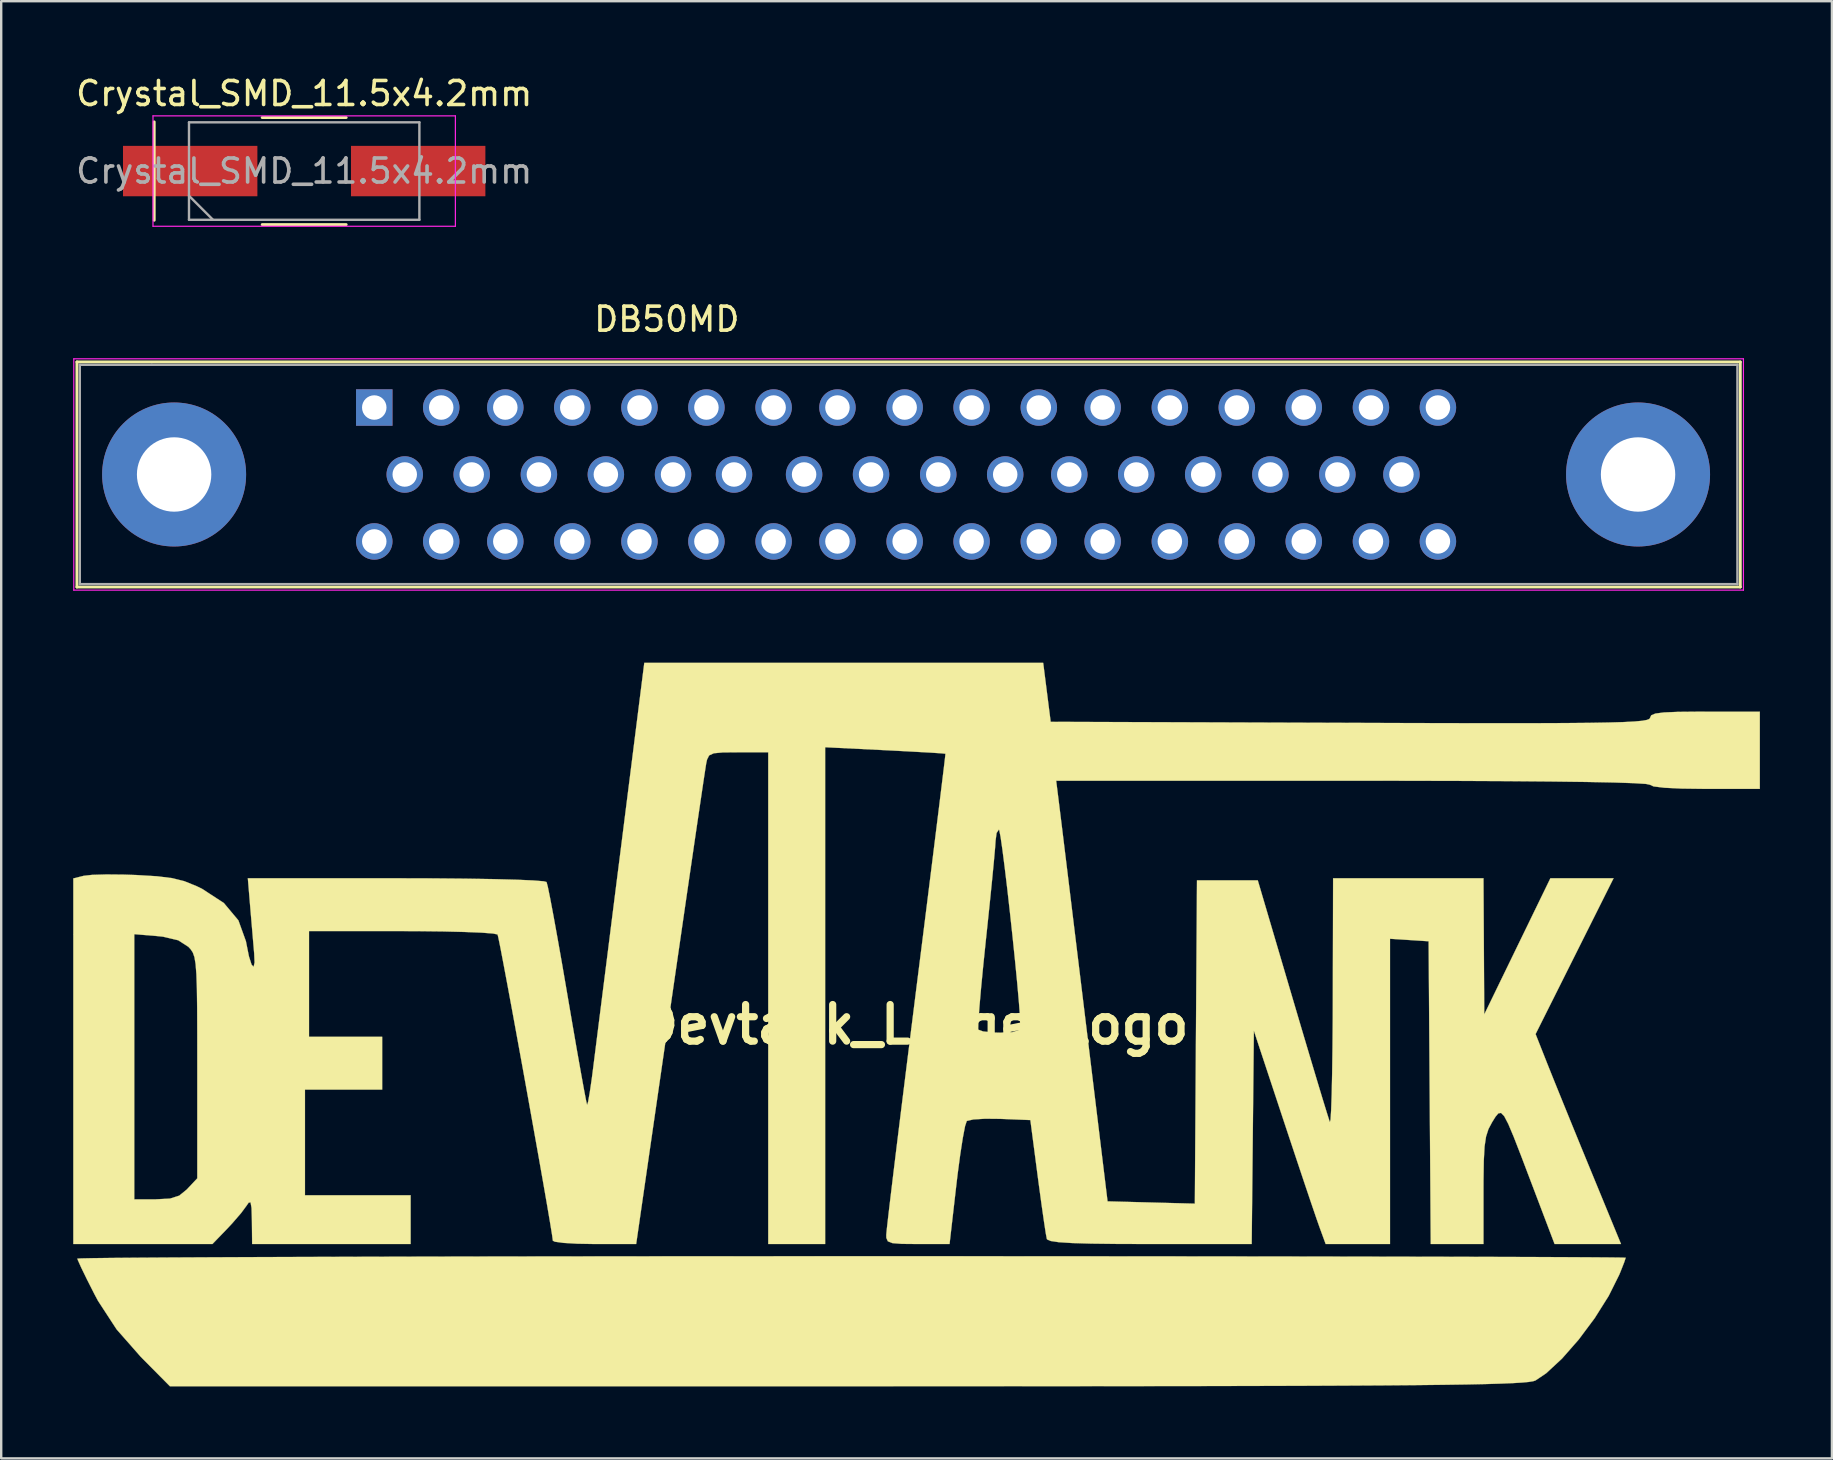
<source format=kicad_pcb>
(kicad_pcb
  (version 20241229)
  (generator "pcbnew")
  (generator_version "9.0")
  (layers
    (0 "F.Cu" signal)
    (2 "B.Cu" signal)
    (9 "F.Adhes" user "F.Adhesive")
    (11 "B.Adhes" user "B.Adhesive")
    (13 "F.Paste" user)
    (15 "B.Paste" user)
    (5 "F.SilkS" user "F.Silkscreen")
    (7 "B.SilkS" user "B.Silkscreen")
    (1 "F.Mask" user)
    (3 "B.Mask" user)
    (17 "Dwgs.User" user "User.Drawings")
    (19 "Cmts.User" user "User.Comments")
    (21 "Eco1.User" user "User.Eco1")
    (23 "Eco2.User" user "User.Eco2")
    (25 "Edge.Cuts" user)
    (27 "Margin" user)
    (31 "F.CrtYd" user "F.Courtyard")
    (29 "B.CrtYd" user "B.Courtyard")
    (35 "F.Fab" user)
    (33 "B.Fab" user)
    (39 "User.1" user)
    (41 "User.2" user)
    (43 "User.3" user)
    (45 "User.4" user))
  (footprint "DB50MD"
    (layer "F.Cu")
    (at 12.545 13.931)
    (property "Reference" "DB50MD" (at 12.19 -3.68 0) (layer "F.SilkS") (effects (font (size 1 1) (thickness 0.15))))
    (attr through_hole)
    (fp_line (start -12.39 -1.9) (end -12.39 7.48) (stroke (width 0.12) (type solid)) (layer "F.SilkS"))
    (fp_line (start -12.39 -1.9) (end 56.92 -1.9) (stroke (width 0.12) (type solid)) (layer "F.SilkS"))
    (fp_line (start 56.92 7.48) (end -12.39 7.48) (stroke (width 0.12) (type solid)) (layer "F.SilkS"))
    (fp_line (start 56.92 7.48) (end 56.92 -1.9) (stroke (width 0.12) (type solid)) (layer "F.SilkS"))
    (fp_line (start -12.52 -2.03) (end -12.52 7.61) (stroke (width 0.05) (type solid)) (layer "F.CrtYd"))
    (fp_line (start -12.52 -2.03) (end 57.05 -2.03) (stroke (width 0.05) (type solid)) (layer "F.CrtYd"))
    (fp_line (start 57.05 7.61) (end -12.52 7.61) (stroke (width 0.05) (type solid)) (layer "F.CrtYd"))
    (fp_line (start 57.05 7.61) (end 57.05 -2.03) (stroke (width 0.05) (type solid)) (layer "F.CrtYd"))
    (fp_line (start -12.27 -1.78) (end -12.27 7.36) (stroke (width 0.1) (type solid)) (layer "F.Fab"))
    (fp_line (start -12.27 -1.78) (end -9.27 -1.78) (stroke (width 0.1) (type solid)) (layer "F.Fab"))
    (fp_line (start -12.27 7.36) (end 56.8 7.36) (stroke (width 0.1) (type solid)) (layer "F.Fab"))
    (fp_line (start 56.8 -1.78) (end -9.27 -1.78) (stroke (width 0.1) (type solid)) (layer "F.Fab"))
    (fp_line (start 56.8 7.36) (end 56.8 -1.78) (stroke (width 0.1) (type solid)) (layer "F.Fab"))
    (pad "0" thru_hole circle (at -8.34 2.79) (size 6 6) (drill 3.1) (layers "*.Cu" "*.Mask"))
    (pad "0" thru_hole circle (at 52.66 2.79) (size 6 6) (drill 3.1) (layers "*.Cu" "*.Mask"))
    (pad "1" thru_hole rect (at 0 0) (size 1.52 1.52) (drill 1.02) (layers "*.Cu" "*.Mask"))
    (pad "2" thru_hole circle (at 2.79 0) (size 1.52 1.52) (drill 1.02) (layers "*.Cu" "*.Mask"))
    (pad "3" thru_hole circle (at 5.46 0) (size 1.52 1.52) (drill 1.02) (layers "*.Cu" "*.Mask"))
    (pad "4" thru_hole circle (at 8.25 0) (size 1.52 1.52) (drill 1.02) (layers "*.Cu" "*.Mask"))
    (pad "5" thru_hole circle (at 11.05 0) (size 1.52 1.52) (drill 1.02) (layers "*.Cu" "*.Mask"))
    (pad "6" thru_hole circle (at 13.84 0) (size 1.52 1.52) (drill 1.02) (layers "*.Cu" "*.Mask"))
    (pad "7" thru_hole circle (at 16.64 0) (size 1.52 1.52) (drill 1.02) (layers "*.Cu" "*.Mask"))
    (pad "8" thru_hole circle (at 19.3 0) (size 1.52 1.52) (drill 1.02) (layers "*.Cu" "*.Mask"))
    (pad "9" thru_hole circle (at 22.1 0) (size 1.52 1.52) (drill 1.02) (layers "*.Cu" "*.Mask"))
    (pad "10" thru_hole circle (at 24.89 0) (size 1.52 1.52) (drill 1.02) (layers "*.Cu" "*.Mask"))
    (pad "11" thru_hole circle (at 27.69 0) (size 1.52 1.52) (drill 1.02) (layers "*.Cu" "*.Mask"))
    (pad "12" thru_hole circle (at 30.35 0) (size 1.52 1.52) (drill 1.02) (layers "*.Cu" "*.Mask"))
    (pad "13" thru_hole circle (at 33.15 0) (size 1.52 1.52) (drill 1.02) (layers "*.Cu" "*.Mask"))
    (pad "14" thru_hole circle (at 35.94 0) (size 1.52 1.52) (drill 1.02) (layers "*.Cu" "*.Mask"))
    (pad "15" thru_hole circle (at 38.73 0) (size 1.52 1.52) (drill 1.02) (layers "*.Cu" "*.Mask"))
    (pad "16" thru_hole circle (at 41.53 0) (size 1.52 1.52) (drill 1.02) (layers "*.Cu" "*.Mask"))
    (pad "17" thru_hole circle (at 44.32 0) (size 1.52 1.52) (drill 1.02) (layers "*.Cu" "*.Mask"))
    (pad "18" thru_hole circle (at 1.27 2.79) (size 1.52 1.52) (drill 1.02) (layers "*.Cu" "*.Mask"))
    (pad "19" thru_hole circle (at 4.06 2.79) (size 1.52 1.52) (drill 1.02) (layers "*.Cu" "*.Mask"))
    (pad "20" thru_hole circle (at 6.86 2.79) (size 1.52 1.52) (drill 1.02) (layers "*.Cu" "*.Mask"))
    (pad "21" thru_hole circle (at 9.65 2.79) (size 1.52 1.52) (drill 1.02) (layers "*.Cu" "*.Mask"))
    (pad "22" thru_hole circle (at 12.45 2.79) (size 1.52 1.52) (drill 1.02) (layers "*.Cu" "*.Mask"))
    (pad "23" thru_hole circle (at 14.99 2.79) (size 1.52 1.52) (drill 1.02) (layers "*.Cu" "*.Mask"))
    (pad "24" thru_hole circle (at 17.91 2.79) (size 1.52 1.52) (drill 1.02) (layers "*.Cu" "*.Mask"))
    (pad "25" thru_hole circle (at 20.7 2.79) (size 1.52 1.52) (drill 1.02) (layers "*.Cu" "*.Mask"))
    (pad "26" thru_hole circle (at 23.5 2.79) (size 1.52 1.52) (drill 1.02) (layers "*.Cu" "*.Mask"))
    (pad "27" thru_hole circle (at 26.29 2.79) (size 1.52 1.52) (drill 1.02) (layers "*.Cu" "*.Mask"))
    (pad "28" thru_hole circle (at 28.96 2.79) (size 1.52 1.52) (drill 1.02) (layers "*.Cu" "*.Mask"))
    (pad "29" thru_hole circle (at 31.75 2.79) (size 1.52 1.52) (drill 1.02) (layers "*.Cu" "*.Mask"))
    (pad "30" thru_hole circle (at 34.54 2.79) (size 1.52 1.52) (drill 1.02) (layers "*.Cu" "*.Mask"))
    (pad "31" thru_hole circle (at 37.34 2.79) (size 1.52 1.52) (drill 1.02) (layers "*.Cu" "*.Mask"))
    (pad "32" thru_hole circle (at 40.13 2.79) (size 1.52 1.52) (drill 1.02) (layers "*.Cu" "*.Mask"))
    (pad "33" thru_hole circle (at 42.8 2.79) (size 1.52 1.52) (drill 1.02) (layers "*.Cu" "*.Mask"))
    (pad "34" thru_hole circle (at 0 5.58) (size 1.52 1.52) (drill 1.02) (layers "*.Cu" "*.Mask"))
    (pad "35" thru_hole circle (at 2.79 5.58) (size 1.52 1.52) (drill 1.02) (layers "*.Cu" "*.Mask"))
    (pad "36" thru_hole circle (at 5.46 5.58) (size 1.52 1.52) (drill 1.02) (layers "*.Cu" "*.Mask"))
    (pad "37" thru_hole circle (at 8.25 5.58) (size 1.52 1.52) (drill 1.02) (layers "*.Cu" "*.Mask"))
    (pad "38" thru_hole circle (at 11.05 5.58) (size 1.52 1.52) (drill 1.02) (layers "*.Cu" "*.Mask"))
    (pad "39" thru_hole circle (at 13.84 5.58) (size 1.52 1.52) (drill 1.02) (layers "*.Cu" "*.Mask"))
    (pad "40" thru_hole circle (at 16.64 5.58) (size 1.52 1.52) (drill 1.02) (layers "*.Cu" "*.Mask"))
    (pad "41" thru_hole circle (at 19.3 5.58) (size 1.52 1.52) (drill 1.02) (layers "*.Cu" "*.Mask"))
    (pad "42" thru_hole circle (at 22.1 5.58) (size 1.52 1.52) (drill 1.02) (layers "*.Cu" "*.Mask"))
    (pad "43" thru_hole circle (at 24.89 5.58) (size 1.52 1.52) (drill 1.02) (layers "*.Cu" "*.Mask"))
    (pad "44" thru_hole circle (at 27.69 5.58) (size 1.52 1.52) (drill 1.02) (layers "*.Cu" "*.Mask"))
    (pad "45" thru_hole circle (at 30.35 5.58) (size 1.52 1.52) (drill 1.02) (layers "*.Cu" "*.Mask"))
    (pad "46" thru_hole circle (at 33.15 5.58) (size 1.52 1.52) (drill 1.02) (layers "*.Cu" "*.Mask"))
    (pad "47" thru_hole circle (at 35.94 5.58) (size 1.52 1.52) (drill 1.02) (layers "*.Cu" "*.Mask"))
    (pad "48" thru_hole circle (at 38.73 5.58) (size 1.52 1.52) (drill 1.02) (layers "*.Cu" "*.Mask"))
    (pad "49" thru_hole circle (at 41.53 5.58) (size 1.52 1.52) (drill 1.02) (layers "*.Cu" "*.Mask"))
    (pad "50" thru_hole circle (at 44.32 5.58) (size 1.52 1.52) (drill 1.02) (layers "*.Cu" "*.Mask")))
  (footprint "Devtank_Large_Logo"
    (layer "F.Cu")
    (at 35.057 39.642)
    (property "Reference" "Devtank_Large_Logo" (at 0 0 0) (layer "F.SilkS") (effects (font (size 1.524 1.524) (thickness 0.3))))
    (attr through_hole)
    (fp_poly (pts (xy 0.654 9.652) (xy 3.841 9.653) (xy 6.92 9.655) (xy 9.874 9.657) (xy 12.687 9.66) (xy 15.343 9.663) (xy 17.825 9.667) (xy 20.117 9.671) (xy 22.203 9.675) (xy 24.065 9.68) (xy 25.687 9.685) (xy 27.054 9.691) (xy 28.148 9.697) (xy 28.954 9.703) (xy 29.454 9.709) (xy 29.633 9.716) (xy 29.633 9.716) (xy 29.574 9.897) (xy 29.426 10.274) (xy 29.363 10.427) (xy 28.924 11.307) (xy 28.341 12.232) (xy 27.674 13.126) (xy 26.981 13.916) (xy 26.321 14.528) (xy 25.874 14.83) (xy 25.777 14.861) (xy 25.599 14.89) (xy 25.327 14.916) (xy 24.946 14.939) (xy 24.441 14.96) (xy 23.798 14.979) (xy 23.002 14.996) (xy 22.038 15.01) (xy 20.893 15.023) (xy 19.551 15.034) (xy 17.997 15.043) (xy 16.219 15.051) (xy 14.199 15.057) (xy 11.925 15.062) (xy 9.382 15.065) (xy 6.554 15.068) (xy 3.428 15.07) (xy -0.011 15.07) (xy -2.805 15.071) (xy -31.026 15.071) (xy -32.243 13.843) (xy -33.246 12.703) (xy -34.022 11.514) (xy -34.171 11.235) (xy -34.484 10.618) (xy -34.726 10.12) (xy -34.864 9.812) (xy -34.883 9.753) (xy -34.716 9.743) (xy -34.227 9.733) (xy -33.433 9.723) (xy -32.349 9.714) (xy -30.992 9.705) (xy -29.378 9.697) (xy -27.524 9.689) (xy -25.447 9.682) (xy -23.162 9.675) (xy -20.687 9.669) (xy -18.037 9.664) (xy -15.229 9.66) (xy -12.28 9.657) (xy -9.205 9.654) (xy -6.022 9.653) (xy -2.746 9.652) (xy -2.625 9.652) (xy 0.654 9.652)) (stroke (width 0.01) (type solid)) (fill yes) (layer "F.SilkS"))
    (fp_poly (pts (xy 5.517 -13.843) (xy 5.673 -12.615) (xy 18.161 -12.572) (xy 20.536 -12.564) (xy 22.595 -12.559) (xy 24.359 -12.557) (xy 25.851 -12.558) (xy 27.092 -12.563) (xy 28.105 -12.572) (xy 28.911 -12.586) (xy 29.533 -12.604) (xy 29.993 -12.628) (xy 30.312 -12.657) (xy 30.513 -12.693) (xy 30.618 -12.734) (xy 30.649 -12.782) (xy 30.649 -12.784) (xy 30.697 -12.888) (xy 30.872 -12.96) (xy 31.226 -13.006) (xy 31.806 -13.03) (xy 32.662 -13.038) (xy 32.935 -13.039) (xy 35.221 -13.039) (xy 35.221 -9.821) (xy 32.935 -9.821) (xy 31.97 -9.833) (xy 31.245 -9.868) (xy 30.794 -9.923) (xy 30.649 -9.991) (xy 30.481 -10.027) (xy 29.976 -10.059) (xy 29.14 -10.087) (xy 27.974 -10.11) (xy 26.481 -10.129) (xy 24.666 -10.144) (xy 22.531 -10.154) (xy 20.079 -10.159) (xy 18.276 -10.16) (xy 5.902 -10.16) (xy 6.013 -9.271) (xy 6.056 -8.922) (xy 6.136 -8.276) (xy 6.247 -7.369) (xy 6.385 -6.24) (xy 6.545 -4.927) (xy 6.723 -3.467) (xy 6.914 -1.9) (xy 7.084 -0.508) (xy 8.043 7.366) (xy 11.68 7.462) (xy 11.724 0.725) (xy 11.769 -6.011) (xy 14.302 -6.011) (xy 15.751 -1.101) (xy 16.118 0.14) (xy 16.458 1.282) (xy 16.758 2.284) (xy 17.005 3.103) (xy 17.188 3.696) (xy 17.291 4.021) (xy 17.307 4.064) (xy 17.334 3.966) (xy 17.359 3.567) (xy 17.382 2.906) (xy 17.401 2.022) (xy 17.416 0.951) (xy 17.426 -0.266) (xy 17.428 -0.889) (xy 17.441 -6.096) (xy 23.707 -6.096) (xy 23.723 -3.26) (xy 23.739 -0.423) (xy 25.117 -3.26) (xy 26.495 -6.096) (xy 29.127 -6.096) (xy 25.878 0.396) (xy 26.386 1.68) (xy 26.616 2.254) (xy 26.944 3.064) (xy 27.338 4.033) (xy 27.767 5.083) (xy 28.166 6.054) (xy 29.438 9.144) (xy 26.67 9.144) (xy 25.688 6.558) (xy 25.278 5.479) (xy 24.969 4.684) (xy 24.74 4.141) (xy 24.571 3.818) (xy 24.439 3.681) (xy 24.325 3.7) (xy 24.206 3.843) (xy 24.062 4.076) (xy 24.061 4.078) (xy 23.914 4.356) (xy 23.814 4.667) (xy 23.752 5.082) (xy 23.72 5.67) (xy 23.708 6.5) (xy 23.707 6.9) (xy 23.707 9.144) (xy 21.509 9.144) (xy 21.465 2.836) (xy 21.421 -3.471) (xy 19.812 -3.575) (xy 19.812 9.144) (xy 17.131 9.144) (xy 16.868 8.424) (xy 16.739 8.056) (xy 16.523 7.423) (xy 16.239 6.582) (xy 15.908 5.591) (xy 15.547 4.506) (xy 15.372 3.979) (xy 14.139 0.254) (xy 14.049 9.144) (xy 9.813 9.144) (xy 8.431 9.14) (xy 7.357 9.127) (xy 6.56 9.103) (xy 6.01 9.068) (xy 5.675 9.018) (xy 5.526 8.954) (xy 5.513 8.932) (xy 5.468 8.695) (xy 5.391 8.188) (xy 5.29 7.481) (xy 5.175 6.638) (xy 5.137 6.35) (xy 4.826 3.979) (xy 3.572 3.929) (xy 2.945 3.923) (xy 2.451 3.953) (xy 2.187 4.014) (xy 2.175 4.023) (xy 2.105 4.234) (xy 2.012 4.719) (xy 1.904 5.415) (xy 1.792 6.257) (xy 1.745 6.655) (xy 1.459 9.144) (xy 0.137 9.144) (xy -0.526 9.138) (xy -0.919 9.107) (xy -1.112 9.031) (xy -1.175 8.89) (xy -1.178 8.763) (xy -1.156 8.529) (xy -1.095 7.99) (xy -0.999 7.177) (xy -0.872 6.121) (xy -0.717 4.853) (xy -0.538 3.403) (xy -0.339 1.804) (xy -0.135 0.172) (xy 2.652 0.172) (xy 2.657 0.212) (xy 2.854 0.285) (xy 3.275 0.331) (xy 3.566 0.339) (xy 4.079 0.317) (xy 4.333 0.232) (xy 4.408 0.057) (xy 4.408 0.042) (xy 4.395 -0.323) (xy 4.349 -0.931) (xy 4.279 -1.725) (xy 4.189 -2.649) (xy 4.086 -3.649) (xy 3.976 -4.667) (xy 3.865 -5.649) (xy 3.758 -6.539) (xy 3.663 -7.282) (xy 3.585 -7.821) (xy 3.53 -8.101) (xy 3.516 -8.128) (xy 3.419 -7.982) (xy 3.377 -7.662) (xy 3.356 -7.359) (xy 3.304 -6.777) (xy 3.226 -5.971) (xy 3.128 -5.001) (xy 3.015 -3.922) (xy 2.976 -3.556) (xy 2.865 -2.48) (xy 2.772 -1.519) (xy 2.703 -0.723) (xy 2.661 -0.142) (xy 2.652 0.172) (xy -0.135 0.172) (xy -0.124 0.085) (xy 0.067 -1.439) (xy 0.292 -3.222) (xy 0.503 -4.901) (xy 0.696 -6.448) (xy 0.868 -7.832) (xy 1.016 -9.024) (xy 1.135 -9.995) (xy 1.223 -10.715) (xy 1.275 -11.154) (xy 1.288 -11.285) (xy 1.122 -11.302) (xy 0.677 -11.331) (xy 0.013 -11.368) (xy -0.81 -11.412) (xy -1.228 -11.433) (xy -3.725 -11.556) (xy -3.725 9.144) (xy -6.096 9.144) (xy -6.096 -11.345) (xy -7.345 -11.345) (xy -7.985 -11.34) (xy -8.364 -11.305) (xy -8.559 -11.215) (xy -8.646 -11.041) (xy -8.681 -10.88) (xy -8.72 -10.63) (xy -8.804 -10.077) (xy -8.926 -9.251) (xy -9.084 -8.184) (xy -9.271 -6.906) (xy -9.484 -5.45) (xy -9.717 -3.846) (xy -9.967 -2.125) (xy -10.183 -0.635) (xy -11.599 9.144) (xy -13.335 9.144) (xy -14.055 9.131) (xy -14.63 9.097) (xy -14.987 9.048) (xy -15.071 9.005) (xy -15.1 8.785) (xy -15.182 8.28) (xy -15.308 7.537) (xy -15.471 6.6) (xy -15.663 5.512) (xy -15.876 4.32) (xy -16.1 3.068) (xy -16.329 1.8) (xy -16.555 0.561) (xy -16.768 -0.603) (xy -16.962 -1.649) (xy -17.128 -2.532) (xy -17.257 -3.207) (xy -17.343 -3.628) (xy -17.374 -3.754) (xy -17.561 -3.794) (xy -18.038 -3.83) (xy -18.756 -3.859) (xy -19.667 -3.881) (xy -20.721 -3.893) (xy -21.346 -3.895) (xy -25.231 -3.895) (xy -25.231 0.508) (xy -22.183 0.508) (xy -22.183 2.709) (xy -25.4 2.709) (xy -25.4 7.112) (xy -20.997 7.112) (xy -20.997 9.144) (xy -27.601 9.144) (xy -27.611 8.17) (xy -27.626 7.643) (xy -27.666 7.408) (xy -27.747 7.421) (xy -27.823 7.533) (xy -28.058 7.851) (xy -28.427 8.279) (xy -28.64 8.507) (xy -29.255 9.144) (xy -35.052 9.144) (xy -35.052 7.281) (xy -32.512 7.281) (xy -31.61 7.281) (xy -31.025 7.251) (xy -30.64 7.129) (xy -30.324 6.872) (xy -30.298 6.844) (xy -29.887 6.407) (xy -29.887 1.769) (xy -29.888 0.395) (xy -29.892 -0.681) (xy -29.903 -1.499) (xy -29.924 -2.099) (xy -29.957 -2.523) (xy -30.005 -2.81) (xy -30.072 -3) (xy -30.161 -3.136) (xy -30.258 -3.24) (xy -30.679 -3.512) (xy -31.313 -3.662) (xy -31.571 -3.689) (xy -32.512 -3.767) (xy -32.512 7.281) (xy -35.052 7.281) (xy -35.052 -6.09) (xy -34.616 -6.199) (xy -34.264 -6.238) (xy -33.671 -6.255) (xy -32.931 -6.248) (xy -32.429 -6.231) (xy -31.567 -6.18) (xy -30.936 -6.102) (xy -30.427 -5.975) (xy -29.935 -5.777) (xy -29.691 -5.659) (xy -28.779 -5.065) (xy -28.173 -4.341) (xy -27.859 -3.47) (xy -27.848 -3.41) (xy -27.735 -2.845) (xy -27.625 -2.5) (xy -27.54 -2.405) (xy -27.5 -2.587) (xy -27.516 -2.963) (xy -27.571 -3.605) (xy -27.637 -4.385) (xy -27.685 -4.953) (xy -27.78 -6.096) (xy -21.605 -6.096) (xy -20.086 -6.092) (xy -18.721 -6.08) (xy -17.544 -6.061) (xy -16.584 -6.036) (xy -15.876 -6.005) (xy -15.449 -5.97) (xy -15.333 -5.94) (xy -15.28 -5.738) (xy -15.18 -5.247) (xy -15.041 -4.511) (xy -14.872 -3.576) (xy -14.679 -2.486) (xy -14.473 -1.287) (xy -14.466 -1.245) (xy -14.261 -0.049) (xy -14.074 1.032) (xy -13.91 1.955) (xy -13.779 2.678) (xy -13.688 3.155) (xy -13.645 3.345) (xy -13.644 3.346) (xy -13.601 3.215) (xy -13.532 2.822) (xy -13.447 2.241) (xy -13.415 1.995) (xy -13.357 1.536) (xy -13.262 0.783) (xy -13.135 -0.224) (xy -12.981 -1.443) (xy -12.805 -2.833) (xy -12.614 -4.353) (xy -12.411 -5.961) (xy -12.249 -7.239) (xy -11.261 -15.071) (xy 5.361 -15.071) (xy 5.517 -13.843)) (stroke (width 0.01) (type solid)) (fill yes) (layer "F.SilkS")))
  (footprint "Crystal_SMD_11.5x4.2mm"
    (layer "F.Cu")
    (at 9.625 4.078)
    (property "Reference" "Crystal_SMD_11.5x4.2mm" (at 0 -3.23 0) (layer "F.SilkS") (effects (font (size 1 1) (thickness 0.15))))
    (attr smd)
    (fp_line (start -6.25 -2.05) (end -6.25 2.05) (stroke (width 0.12) (type solid)) (layer "F.SilkS"))
    (fp_line (start -1.75 -2.23) (end 1.75 -2.23) (stroke (width 0.12) (type solid)) (layer "F.SilkS"))
    (fp_line (start -1.75 2.23) (end 1.75 2.23) (stroke (width 0.12) (type solid)) (layer "F.SilkS"))
    (fp_line (start -6.3 -2.3) (end -6.3 2.3) (stroke (width 0.05) (type solid)) (layer "F.CrtYd"))
    (fp_line (start -6.3 2.3) (end 6.3 2.3) (stroke (width 0.05) (type solid)) (layer "F.CrtYd"))
    (fp_line (start 6.3 -2.3) (end -6.3 -2.3) (stroke (width 0.05) (type solid)) (layer "F.CrtYd"))
    (fp_line (start 6.3 2.3) (end 6.3 -2.3) (stroke (width 0.05) (type solid)) (layer "F.CrtYd"))
    (fp_line (start -4.8 -2.03) (end -4.8 2.03) (stroke (width 0.1) (type solid)) (layer "F.Fab"))
    (fp_line (start -4.8 1.03) (end -3.8 2.03) (stroke (width 0.1) (type solid)) (layer "F.Fab"))
    (fp_line (start -4.8 2.03) (end 4.8 2.03) (stroke (width 0.1) (type solid)) (layer "F.Fab"))
    (fp_line (start 4.8 -2.03) (end -4.8 -2.03) (stroke (width 0.1) (type solid)) (layer "F.Fab"))
    (fp_line (start 4.8 2.03) (end 4.8 -2.03) (stroke (width 0.1) (type solid)) (layer "F.Fab"))
    (fp_text user "${REFERENCE}" (at 0 0 0) (layer "F.Fab") (effects (font (size 1 1) (thickness 0.15))))
    (pad "1" smd rect (at -4.75 0) (size 5.6 2.1) (layers "F.Cu" "F.Mask" "F.Paste"))
    (pad "2" smd rect (at 4.75 0) (size 5.6 2.1) (layers "F.Cu" "F.Mask" "F.Paste")))
  (gr_rect
    (start -3 -3)
    (end 73.283 57.718)
    (stroke (width 0.1) (type default))
    (fill no)
    (layer "Edge.Cuts")))
</source>
